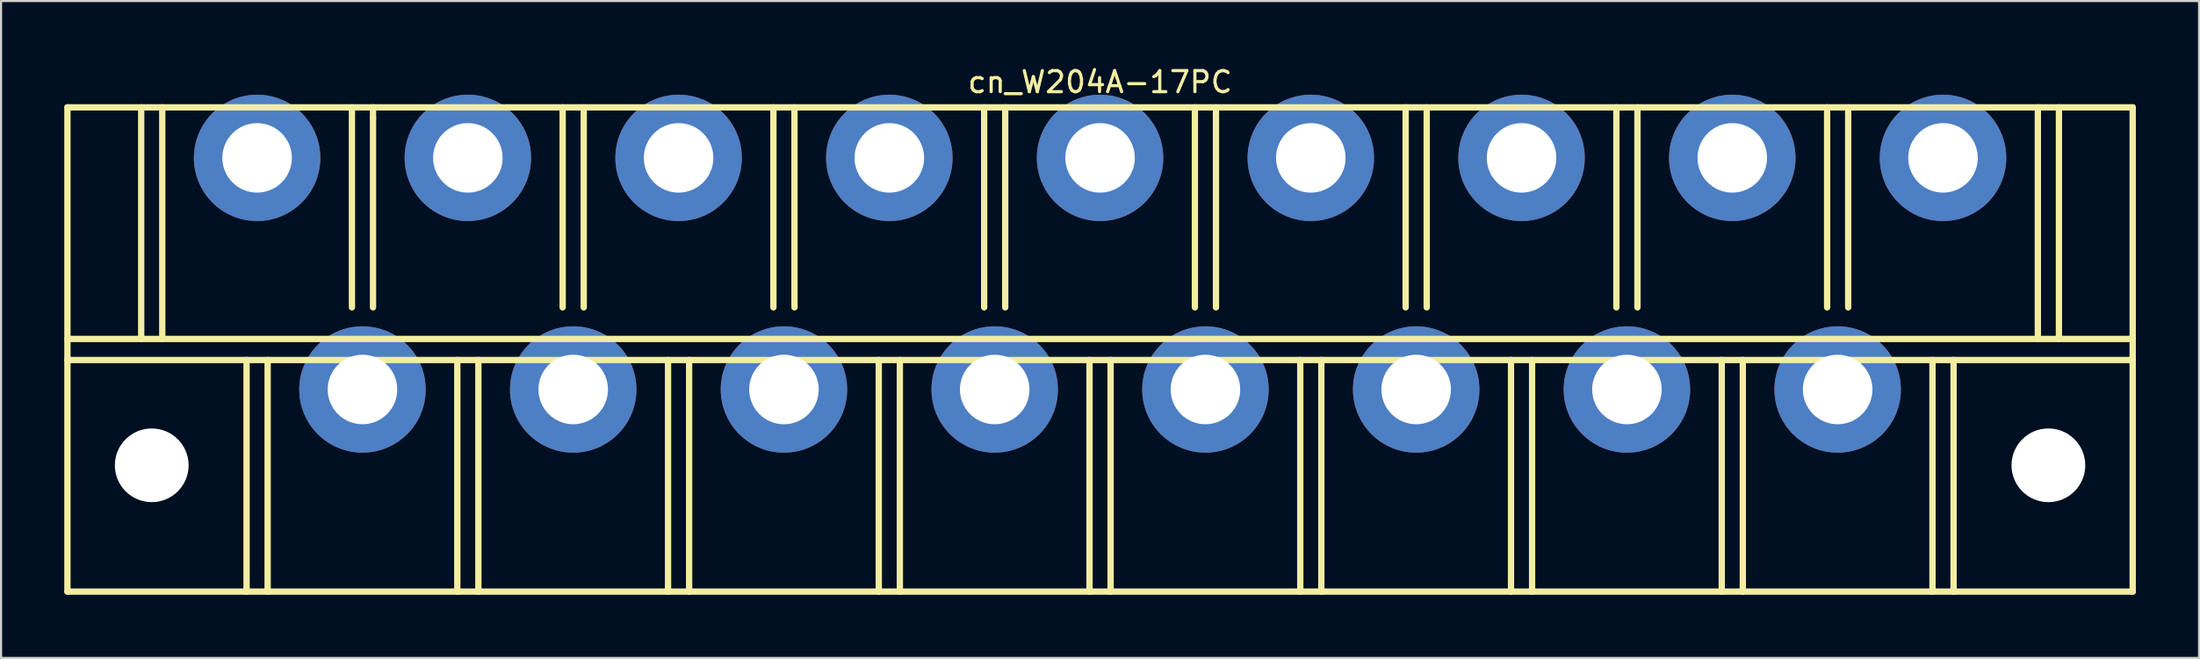
<source format=kicad_pcb>
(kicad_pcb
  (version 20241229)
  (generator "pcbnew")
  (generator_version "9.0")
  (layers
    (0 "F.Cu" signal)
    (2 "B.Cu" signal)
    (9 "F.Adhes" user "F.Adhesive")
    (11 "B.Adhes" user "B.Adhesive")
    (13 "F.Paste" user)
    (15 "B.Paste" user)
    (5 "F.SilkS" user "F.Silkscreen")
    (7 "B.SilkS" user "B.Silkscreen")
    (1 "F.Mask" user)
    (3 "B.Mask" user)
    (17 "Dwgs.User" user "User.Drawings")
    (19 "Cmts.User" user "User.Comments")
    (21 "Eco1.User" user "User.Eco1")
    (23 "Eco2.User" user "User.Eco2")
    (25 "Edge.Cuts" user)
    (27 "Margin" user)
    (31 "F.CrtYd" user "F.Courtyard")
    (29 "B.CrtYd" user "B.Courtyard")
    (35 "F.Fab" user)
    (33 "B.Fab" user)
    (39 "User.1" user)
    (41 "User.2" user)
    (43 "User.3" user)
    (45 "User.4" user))
  (footprint "cn_W204A-17PC"
    (layer "F.Cu")
    (at 49.15 13.548)
    (property "Reference" "cn_W204A-17PC" (at 0 -12.7 0) (layer "F.SilkS") (effects (font (size 1 1) (thickness 0.15))))
    (attr through_hole)
    (fp_line (start -49 -11.5) (end -49 11.5) (stroke (width 0.3) (type solid)) (layer "F.SilkS"))
    (fp_line (start -49 -0.5) (end 49 -0.5) (stroke (width 0.3) (type solid)) (layer "F.SilkS"))
    (fp_line (start -49 0.5) (end 49 0.5) (stroke (width 0.3) (type solid)) (layer "F.SilkS"))
    (fp_line (start -49 11.5) (end 49 11.5) (stroke (width 0.3) (type solid)) (layer "F.SilkS"))
    (fp_line (start -45.5 -0.5) (end -45.5 -11.5) (stroke (width 0.3) (type solid)) (layer "F.SilkS"))
    (fp_line (start -44.5 -0.5) (end -44.5 -11.5) (stroke (width 0.3) (type solid)) (layer "F.SilkS"))
    (fp_line (start -40.5 0.5) (end -40.5 11.5) (stroke (width 0.3) (type solid)) (layer "F.SilkS"))
    (fp_line (start -39.5 11.5) (end -39.5 0.5) (stroke (width 0.3) (type solid)) (layer "F.SilkS"))
    (fp_line (start -35.5 -2) (end -35.5 -11.5) (stroke (width 0.3) (type solid)) (layer "F.SilkS"))
    (fp_line (start -34.5 -11) (end -34.5 -11.5) (stroke (width 0.3) (type solid)) (layer "F.SilkS"))
    (fp_line (start -34.5 -2) (end -34.5 -11) (stroke (width 0.3) (type solid)) (layer "F.SilkS"))
    (fp_line (start -30.5 0.5) (end -30.5 11.5) (stroke (width 0.3) (type solid)) (layer "F.SilkS"))
    (fp_line (start -29.5 0.5) (end -29.5 11.5) (stroke (width 0.3) (type solid)) (layer "F.SilkS"))
    (fp_line (start -25.5 -2) (end -25.5 -11.5) (stroke (width 0.3) (type solid)) (layer "F.SilkS"))
    (fp_line (start -24.5 -2) (end -24.5 -11.5) (stroke (width 0.3) (type solid)) (layer "F.SilkS"))
    (fp_line (start -20.5 0.5) (end -20.5 11.5) (stroke (width 0.3) (type solid)) (layer "F.SilkS"))
    (fp_line (start -19.5 0.5) (end -19.5 11.5) (stroke (width 0.3) (type solid)) (layer "F.SilkS"))
    (fp_line (start -15.5 -2) (end -15.5 -11.5) (stroke (width 0.3) (type solid)) (layer "F.SilkS"))
    (fp_line (start -14.5 -2) (end -14.5 -11.5) (stroke (width 0.3) (type solid)) (layer "F.SilkS"))
    (fp_line (start -10.5 0.5) (end -10.5 11.5) (stroke (width 0.3) (type solid)) (layer "F.SilkS"))
    (fp_line (start -9.5 0.5) (end -9.5 11.5) (stroke (width 0.3) (type solid)) (layer "F.SilkS"))
    (fp_line (start -5.5 -2) (end -5.5 -11.5) (stroke (width 0.3) (type solid)) (layer "F.SilkS"))
    (fp_line (start -4.5 -2) (end -4.5 -11.5) (stroke (width 0.3) (type solid)) (layer "F.SilkS"))
    (fp_line (start -0.5 0.5) (end -0.5 11.5) (stroke (width 0.3) (type solid)) (layer "F.SilkS"))
    (fp_line (start 0.5 0.5) (end 0.5 11) (stroke (width 0.3) (type solid)) (layer "F.SilkS"))
    (fp_line (start 0.5 11) (end 0.5 11.5) (stroke (width 0.3) (type solid)) (layer "F.SilkS"))
    (fp_line (start 4.5 -2) (end 4.5 -11.5) (stroke (width 0.3) (type solid)) (layer "F.SilkS"))
    (fp_line (start 5.5 -2) (end 5.5 -11.5) (stroke (width 0.3) (type solid)) (layer "F.SilkS"))
    (fp_line (start 9.5 0.5) (end 9.5 11.5) (stroke (width 0.3) (type solid)) (layer "F.SilkS"))
    (fp_line (start 10.5 0.5) (end 10.5 11.5) (stroke (width 0.3) (type solid)) (layer "F.SilkS"))
    (fp_line (start 14.5 -2) (end 14.5 -11.5) (stroke (width 0.3) (type solid)) (layer "F.SilkS"))
    (fp_line (start 15.5 -2) (end 15.5 -11.5) (stroke (width 0.3) (type solid)) (layer "F.SilkS"))
    (fp_line (start 19.5 0.5) (end 19.5 11.5) (stroke (width 0.3) (type solid)) (layer "F.SilkS"))
    (fp_line (start 20.5 0.5) (end 20.5 11.5) (stroke (width 0.3) (type solid)) (layer "F.SilkS"))
    (fp_line (start 24.5 -2) (end 24.5 -11.5) (stroke (width 0.3) (type solid)) (layer "F.SilkS"))
    (fp_line (start 25.5 -2) (end 25.5 -11.5) (stroke (width 0.3) (type solid)) (layer "F.SilkS"))
    (fp_line (start 29.5 0.5) (end 29.5 11.5) (stroke (width 0.3) (type solid)) (layer "F.SilkS"))
    (fp_line (start 30.5 0.5) (end 30.5 11.5) (stroke (width 0.3) (type solid)) (layer "F.SilkS"))
    (fp_line (start 34.5 -2) (end 34.5 -11.5) (stroke (width 0.3) (type solid)) (layer "F.SilkS"))
    (fp_line (start 35.5 -2) (end 35.5 -11.5) (stroke (width 0.3) (type solid)) (layer "F.SilkS"))
    (fp_line (start 39.5 0.5) (end 39.5 11.5) (stroke (width 0.3) (type solid)) (layer "F.SilkS"))
    (fp_line (start 40.5 0.5) (end 40.5 11.5) (stroke (width 0.3) (type solid)) (layer "F.SilkS"))
    (fp_line (start 44.5 -0.5) (end 44.5 -11.5) (stroke (width 0.3) (type solid)) (layer "F.SilkS"))
    (fp_line (start 45.5 -0.5) (end 45.5 -11.5) (stroke (width 0.3) (type solid)) (layer "F.SilkS"))
    (fp_line (start 49 -11.5) (end -49 -11.5) (stroke (width 0.3) (type solid)) (layer "F.SilkS"))
    (fp_line (start 49 11.5) (end 49 -11.5) (stroke (width 0.3) (type solid)) (layer "F.SilkS"))
    (pad "" np_thru_hole circle (at -45 5.5) (size 3.5 3.5) (drill 3.5) (layers "*.Cu" "*.Mask"))
    (pad "" np_thru_hole circle (at 45 5.5) (size 3.5 3.5) (drill 3.5) (layers "*.Cu" "*.Mask"))
    (pad "1" thru_hole circle (at -40 -9.1) (size 6 6) (drill 3.3) (layers "*.Cu" "*.Mask"))
    (pad "2" thru_hole circle (at -35 1.9) (size 6 6) (drill 3.3) (layers "*.Cu" "*.Mask"))
    (pad "3" thru_hole circle (at -30 -9.1) (size 6 6) (drill 3.3) (layers "*.Cu" "*.Mask"))
    (pad "4" thru_hole circle (at -25 1.9) (size 6 6) (drill 3.3) (layers "*.Cu" "*.Mask"))
    (pad "5" thru_hole circle (at -20 -9.1) (size 6 6) (drill 3.3) (layers "*.Cu" "*.Mask"))
    (pad "6" thru_hole circle (at -15 1.9) (size 6 6) (drill 3.3) (layers "*.Cu" "*.Mask"))
    (pad "7" thru_hole circle (at -10 -9.1) (size 6 6) (drill 3.3) (layers "*.Cu" "*.Mask"))
    (pad "8" thru_hole circle (at -5 1.9) (size 6 6) (drill 3.3) (layers "*.Cu" "*.Mask"))
    (pad "9" thru_hole circle (at 0 -9.1) (size 6 6) (drill 3.3) (layers "*.Cu" "*.Mask"))
    (pad "10" thru_hole circle (at 5 1.9) (size 6 6) (drill 3.3) (layers "*.Cu" "*.Mask"))
    (pad "11" thru_hole circle (at 10 -9.1) (size 6 6) (drill 3.3) (layers "*.Cu" "*.Mask"))
    (pad "12" thru_hole circle (at 15 1.9) (size 6 6) (drill 3.3) (layers "*.Cu" "*.Mask"))
    (pad "13" thru_hole circle (at 20 -9.1) (size 6 6) (drill 3.3) (layers "*.Cu" "*.Mask"))
    (pad "14" thru_hole circle (at 25 1.9) (size 6 6) (drill 3.3) (layers "*.Cu" "*.Mask"))
    (pad "15" thru_hole circle (at 30 -9.1) (size 6 6) (drill 3.3) (layers "*.Cu" "*.Mask"))
    (pad "16" thru_hole circle (at 35 1.9) (size 6 6) (drill 3.3) (layers "*.Cu" "*.Mask"))
    (pad "17" thru_hole circle (at 40 -9.1) (size 6 6) (drill 3.3) (layers "*.Cu" "*.Mask")))
  (gr_rect
    (start -3 -3)
    (end 101.3 28.198)
    (stroke (width 0.1) (type default))
    (fill no)
    (layer "Edge.Cuts")))
</source>
